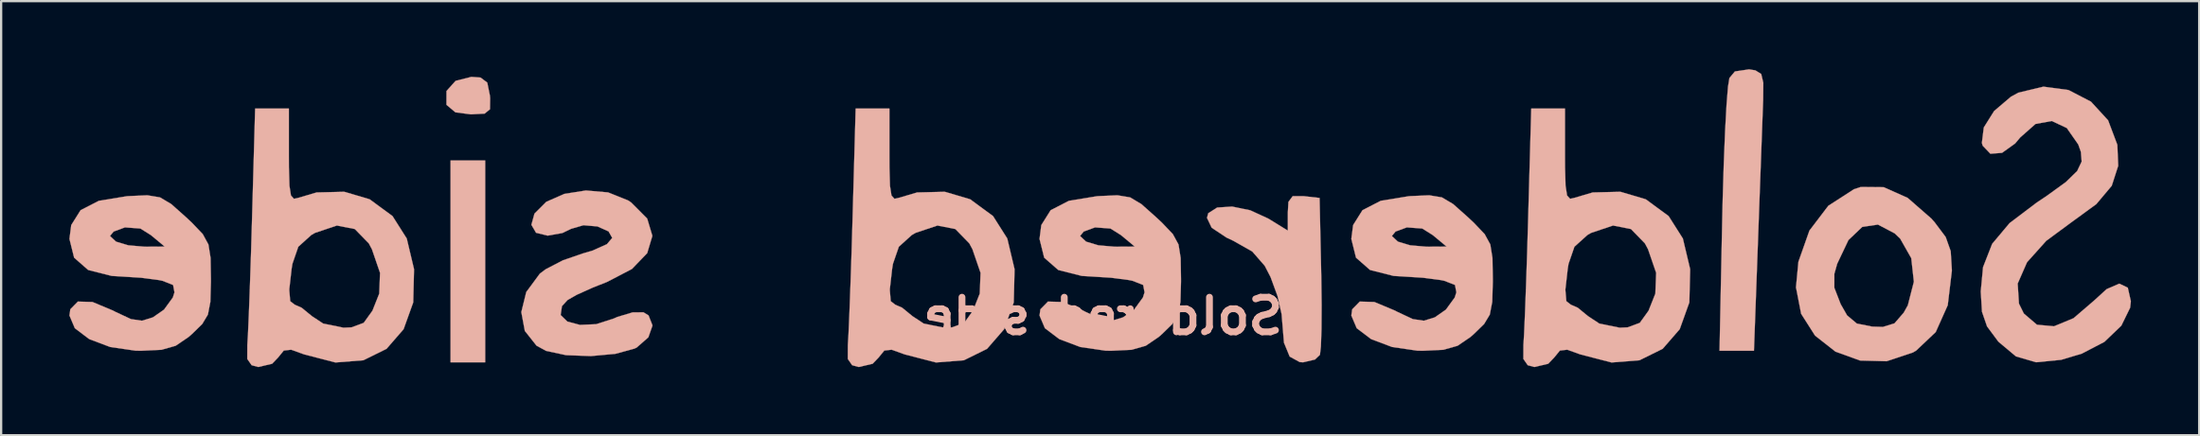
<source format=kicad_pcb>
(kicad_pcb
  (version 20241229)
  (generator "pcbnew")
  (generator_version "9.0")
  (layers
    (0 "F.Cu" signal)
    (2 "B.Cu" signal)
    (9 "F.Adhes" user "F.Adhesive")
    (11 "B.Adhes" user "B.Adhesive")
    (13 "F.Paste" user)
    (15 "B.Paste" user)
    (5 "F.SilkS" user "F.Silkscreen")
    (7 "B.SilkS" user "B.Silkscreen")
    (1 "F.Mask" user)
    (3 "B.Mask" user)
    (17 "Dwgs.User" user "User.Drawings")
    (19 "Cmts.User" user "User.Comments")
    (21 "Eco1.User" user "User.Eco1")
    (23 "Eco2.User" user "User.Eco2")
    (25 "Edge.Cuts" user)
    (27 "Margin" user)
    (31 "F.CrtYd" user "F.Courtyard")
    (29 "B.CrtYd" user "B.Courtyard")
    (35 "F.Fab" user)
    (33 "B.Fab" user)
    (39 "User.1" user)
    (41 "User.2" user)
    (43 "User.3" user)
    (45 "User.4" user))
  (footprint "Soldered side"
    (layer "F.Cu")
    (at 41.661 8.337)
    (property "Reference" "Soldered side" (at 3.81 2.54 180) (layer "B.SilkS") (effects (font (size 1.524 1.524) (thickness 0.3)) (justify mirror)))
    (attr through_hole)
    (fp_poly (pts (xy -24.892 4.572) (xy -23.368 4.572) (xy -23.368 -4.318) (xy -24.892 -4.318) (xy -24.892 4.572)) (stroke (width 0.01) (type solid)) (fill yes) (layer "B.SilkS"))
    (fp_poly (pts (xy -24.67 -7.826) (xy -25.071 -7.378) (xy -25.072 -6.779) (xy -25.067 -6.766) (xy -24.677 -6.438) (xy -23.995 -6.35) (xy -23.392 -6.383) (xy -23.158 -6.574) (xy -23.151 -7.061) (xy -23.161 -7.176) (xy -23.277 -7.749) (xy -23.573 -7.971) (xy -23.975 -8.001) (xy -24.67 -7.826)) (stroke (width 0.01) (type solid)) (fill yes) (layer "B.SilkS"))
    (fp_poly (pts (xy 31.604 -8.24) (xy 31.363 -7.951) (xy 31.301 -7.573) (xy 31.236 -6.765) (xy 31.173 -5.608) (xy 31.115 -4.18) (xy 31.066 -2.56) (xy 31.047 -1.714) (xy 30.928 4.064) (xy 32.442 4.064) (xy 32.621 -0.826) (xy 32.68 -2.448) (xy 32.737 -3.983) (xy 32.786 -5.326) (xy 32.824 -6.369) (xy 32.847 -6.985) (xy 32.854 -7.741) (xy 32.761 -8.129) (xy 32.504 -8.288) (xy 32.227 -8.332) (xy 31.604 -8.24)) (stroke (width 0.01) (type solid)) (fill yes) (layer "B.SilkS"))
    (fp_poly (pts (xy 12.152 -2.747) (xy 11.965 -2.495) (xy 11.938 -2.028) (xy 11.938 -1.229) (xy 11.083 -1.757) (xy 10.282 -2.125) (xy 9.487 -2.288) (xy 8.829 -2.245) (xy 8.437 -1.994) (xy 8.382 -1.79) (xy 8.589 -1.355) (xy 9.242 -0.921) (xy 9.533 -0.785) (xy 10.375 -0.308) (xy 10.923 0.322) (xy 11.178 0.815) (xy 11.486 1.655) (xy 11.665 2.451) (xy 11.682 2.667) (xy 11.769 3.709) (xy 12.02 4.32) (xy 12.463 4.562) (xy 12.611 4.572) (xy 13.132 4.45) (xy 13.351 4.241) (xy 13.393 3.873) (xy 13.419 3.105) (xy 13.425 2.044) (xy 13.41 0.798) (xy 13.406 0.622) (xy 13.335 -2.667) (xy 12.636 -2.747) (xy 12.152 -2.747)) (stroke (width 0.01) (type solid)) (fill yes) (layer "B.SilkS"))
    (fp_poly (pts (xy 36.845 -3.054) (xy 35.713 -2.323) (xy 34.882 -1.23) (xy 34.398 0.144) (xy 34.291 1.268) (xy 34.518 2.435) (xy 35.13 3.397) (xy 36.027 4.101) (xy 37.11 4.494) (xy 38.279 4.524) (xy 39.434 4.139) (xy 39.576 4.057) (xy 40.438 3.24) (xy 40.966 2.058) (xy 41.09 1.023) (xy 39.477 1.023) (xy 39.212 2.059) (xy 39.031 2.384) (xy 38.624 2.856) (xy 38.114 3.013) (xy 37.64 2.999) (xy 36.968 2.865) (xy 36.54 2.506) (xy 36.257 2.01) (xy 35.978 1.289) (xy 35.979 0.674) (xy 36.103 0.232) (xy 36.598 -0.812) (xy 37.206 -1.392) (xy 37.896 -1.495) (xy 38.633 -1.107) (xy 38.875 -0.875) (xy 39.362 -0.015) (xy 39.477 1.023) (xy 41.09 1.023) (xy 41.148 0.538) (xy 41.148 0.517) (xy 41.097 -0.325) (xy 40.876 -0.947) (xy 40.389 -1.598) (xy 40.242 -1.763) (xy 39.203 -2.671) (xy 38.15 -3.142) (xy 37.144 -3.151) (xy 36.845 -3.054)) (stroke (width 0.01) (type solid)) (fill yes) (layer "B.SilkS"))
    (fp_poly (pts (xy -19.884 -2.848) (xy -20.68 -2.498) (xy -21.201 -1.977) (xy -21.336 -1.485) (xy -21.131 -1.134) (xy -20.623 -1.008) (xy -19.973 -1.123) (xy -19.593 -1.307) (xy -19.046 -1.466) (xy -18.429 -1.413) (xy -17.942 -1.194) (xy -17.78 -0.908) (xy -18.015 -0.631) (xy -18.651 -0.347) (xy -19.07 -0.224) (xy -19.949 0.079) (xy -20.709 0.474) (xy -20.965 0.667) (xy -21.562 1.477) (xy -21.779 2.36) (xy -21.625 3.189) (xy -21.111 3.838) (xy -20.688 4.069) (xy -19.809 4.257) (xy -18.719 4.297) (xy -17.64 4.198) (xy -16.796 3.966) (xy -16.701 3.919) (xy -16.191 3.471) (xy -16.008 2.949) (xy -16.181 2.508) (xy -16.406 2.369) (xy -16.884 2.372) (xy -17.556 2.574) (xy -17.711 2.643) (xy -18.488 2.893) (xy -19.2 2.924) (xy -19.753 2.777) (xy -20.049 2.489) (xy -19.992 2.099) (xy -19.745 1.828) (xy -19.343 1.598) (xy -18.635 1.28) (xy -18.009 1.032) (xy -16.913 0.461) (xy -16.242 -0.236) (xy -16.014 -0.998) (xy -16.243 -1.762) (xy -16.946 -2.468) (xy -17.088 -2.562) (xy -17.963 -2.912) (xy -18.937 -2.997) (xy -19.884 -2.848)) (stroke (width 0.01) (type solid)) (fill yes) (layer "B.SilkS"))
    (fp_poly (pts (xy 44.075 -7.305) (xy 43.746 -7.127) (xy 43.005 -6.495) (xy 42.552 -5.771) (xy 42.468 -5.091) (xy 42.504 -4.969) (xy 42.843 -4.615) (xy 43.356 -4.655) (xy 43.93 -5.066) (xy 44.156 -5.334) (xy 44.827 -5.927) (xy 45.543 -6.057) (xy 46.203 -5.748) (xy 46.708 -5.024) (xy 46.823 -4.699) (xy 46.858 -4.271) (xy 46.659 -3.852) (xy 46.162 -3.368) (xy 45.303 -2.745) (xy 44.886 -2.468) (xy 43.687 -1.56) (xy 42.92 -0.645) (xy 42.52 0.381) (xy 42.419 1.452) (xy 42.473 2.345) (xy 42.695 2.99) (xy 43.175 3.638) (xy 43.206 3.674) (xy 43.967 4.312) (xy 44.852 4.57) (xy 45.954 4.462) (xy 46.863 4.19) (xy 47.857 3.672) (xy 48.602 2.959) (xy 48.99 2.166) (xy 49.022 1.883) (xy 48.887 1.285) (xy 48.514 1.107) (xy 47.955 1.349) (xy 47.4 1.856) (xy 46.499 2.63) (xy 45.641 2.985) (xy 44.891 2.917) (xy 44.314 2.424) (xy 44.099 1.987) (xy 44.043 1.103) (xy 44.454 0.164) (xy 45.301 -0.781) (xy 46.377 -1.575) (xy 47.502 -2.396) (xy 48.181 -3.204) (xy 48.465 -4.085) (xy 48.427 -5.008) (xy 48.021 -6.087) (xy 47.267 -6.909) (xy 46.28 -7.421) (xy 45.177 -7.57) (xy 44.075 -7.305)) (stroke (width 0.01) (type solid)) (fill yes) (layer "B.SilkS"))
    (fp_poly (pts (xy -33.622 -1.841) (xy -33.668 -0.272) (xy -33.717 1.179) (xy -33.763 2.412) (xy -33.803 3.329) (xy -33.832 3.81) (xy -33.834 4.424) (xy -33.642 4.7) (xy -33.35 4.779) (xy -32.74 4.635) (xy -32.482 4.365) (xy -32.228 4.054) (xy -31.903 4.017) (xy -31.335 4.222) (xy -29.956 4.579) (xy -28.727 4.482) (xy -27.708 3.978) (xy -26.957 3.113) (xy -26.534 1.933) (xy -26.502 0.631) (xy -27.994 0.631) (xy -28.029 1.546) (xy -28.328 2.299) (xy -28.713 2.834) (xy -29.249 3.032) (xy -29.598 3.048) (xy -30.495 2.865) (xy -30.988 2.54) (xy -31.443 2.167) (xy -31.75 2.032) (xy -31.945 1.878) (xy -31.988 1.374) (xy -31.884 0.457) (xy -31.848 0.234) (xy -31.589 -0.519) (xy -31.018 -1.035) (xy -30.851 -1.131) (xy -29.891 -1.453) (xy -29.103 -1.298) (xy -28.489 -0.667) (xy -28.351 -0.409) (xy -27.994 0.631) (xy -26.502 0.631) (xy -26.499 0.484) (xy -26.502 0.454) (xy -26.819 -0.882) (xy -27.444 -1.868) (xy -28.438 -2.6) (xy -28.466 -2.614) (xy -29.567 -2.94) (xy -30.785 -2.91) (xy -31.559 -2.681) (xy -31.779 -2.63) (xy -31.912 -2.775) (xy -31.979 -3.205) (xy -32.002 -4.01) (xy -32.004 -4.545) (xy -32.004 -6.604) (xy -33.488 -6.604) (xy -33.622 -1.841)) (stroke (width 0.01) (type solid)) (fill yes) (layer "B.SilkS"))
    (fp_poly (pts (xy -7.206 -1.841) (xy -7.252 -0.272) (xy -7.301 1.179) (xy -7.347 2.412) (xy -7.387 3.329) (xy -7.416 3.81) (xy -7.418 4.424) (xy -7.226 4.7) (xy -6.934 4.779) (xy -6.324 4.635) (xy -6.066 4.365) (xy -5.812 4.054) (xy -5.487 4.017) (xy -4.919 4.222) (xy -3.54 4.579) (xy -2.311 4.482) (xy -1.292 3.978) (xy -0.541 3.113) (xy -0.118 1.933) (xy -0.086 0.631) (xy -1.578 0.631) (xy -1.613 1.546) (xy -1.912 2.299) (xy -2.297 2.834) (xy -2.833 3.032) (xy -3.182 3.048) (xy -4.079 2.865) (xy -4.572 2.54) (xy -5.027 2.167) (xy -5.334 2.032) (xy -5.529 1.878) (xy -5.572 1.374) (xy -5.468 0.457) (xy -5.432 0.234) (xy -5.173 -0.519) (xy -4.602 -1.035) (xy -4.435 -1.131) (xy -3.475 -1.453) (xy -2.687 -1.298) (xy -2.073 -0.667) (xy -1.935 -0.409) (xy -1.578 0.631) (xy -0.086 0.631) (xy -0.083 0.484) (xy -0.086 0.454) (xy -0.403 -0.882) (xy -1.028 -1.868) (xy -2.022 -2.6) (xy -2.05 -2.614) (xy -3.151 -2.94) (xy -4.369 -2.91) (xy -5.144 -2.681) (xy -5.363 -2.63) (xy -5.496 -2.775) (xy -5.563 -3.205) (xy -5.586 -4.01) (xy -5.588 -4.545) (xy -5.588 -6.604) (xy -7.072 -6.604) (xy -7.206 -1.841)) (stroke (width 0.01) (type solid)) (fill yes) (layer "B.SilkS"))
    (fp_poly (pts (xy 22.512 -1.841) (xy 22.466 -0.272) (xy 22.417 1.179) (xy 22.371 2.412) (xy 22.331 3.329) (xy 22.302 3.81) (xy 22.3 4.424) (xy 22.492 4.7) (xy 22.784 4.779) (xy 23.394 4.635) (xy 23.652 4.365) (xy 23.906 4.054) (xy 24.231 4.017) (xy 24.799 4.222) (xy 26.178 4.579) (xy 27.407 4.482) (xy 28.426 3.978) (xy 29.177 3.113) (xy 29.6 1.933) (xy 29.632 0.631) (xy 28.14 0.631) (xy 28.105 1.546) (xy 27.806 2.299) (xy 27.421 2.834) (xy 26.885 3.032) (xy 26.536 3.048) (xy 25.639 2.865) (xy 25.146 2.54) (xy 24.691 2.167) (xy 24.384 2.032) (xy 24.189 1.878) (xy 24.146 1.374) (xy 24.25 0.457) (xy 24.286 0.234) (xy 24.545 -0.519) (xy 25.116 -1.035) (xy 25.283 -1.131) (xy 26.243 -1.453) (xy 27.031 -1.298) (xy 27.645 -0.667) (xy 27.783 -0.409) (xy 28.14 0.631) (xy 29.632 0.631) (xy 29.635 0.484) (xy 29.632 0.454) (xy 29.315 -0.882) (xy 28.69 -1.868) (xy 27.696 -2.6) (xy 27.668 -2.614) (xy 26.567 -2.94) (xy 25.349 -2.91) (xy 24.575 -2.681) (xy 24.355 -2.63) (xy 24.222 -2.775) (xy 24.155 -3.205) (xy 24.132 -4.01) (xy 24.13 -4.545) (xy 24.13 -6.604) (xy 22.646 -6.604) (xy 22.512 -1.841)) (stroke (width 0.01) (type solid)) (fill yes) (layer "B.SilkS"))
    (fp_poly (pts (xy -39.061 -2.749) (xy -39.128 -2.744) (xy -40.363 -2.542) (xy -41.166 -2.129) (xy -41.578 -1.473) (xy -41.656 -0.864) (xy -41.451 -0.037) (xy -40.833 0.505) (xy -39.795 0.767) (xy -39.377 0.792) (xy -38.502 0.847) (xy -37.729 0.948) (xy -37.56 0.983) (xy -37.097 1.165) (xy -37.036 1.489) (xy -37.108 1.717) (xy -37.496 2.251) (xy -37.983 2.591) (xy -38.464 2.74) (xy -38.95 2.669) (xy -39.638 2.347) (xy -39.735 2.295) (xy -40.643 1.915) (xy -41.285 1.897) (xy -41.618 2.236) (xy -41.656 2.511) (xy -41.42 3.07) (xy -40.786 3.55) (xy -39.862 3.898) (xy -38.756 4.059) (xy -38.519 4.064) (xy -37.609 4.021) (xy -36.983 3.843) (xy -36.418 3.459) (xy -36.263 3.323) (xy -35.815 2.885) (xy -35.566 2.471) (xy -35.458 1.91) (xy -35.433 1.033) (xy -35.433 0.892) (xy -35.448 -0.025) (xy -35.528 -0.525) (xy -37.465 -0.525) (xy -38.354 -0.52) (xy -39.068 -0.582) (xy -39.594 -0.739) (xy -39.617 -0.752) (xy -39.873 -0.992) (xy -39.712 -1.188) (xy -39.215 -1.371) (xy -38.536 -1.321) (xy -38.072 -1.03) (xy -37.465 -0.525) (xy -35.528 -0.525) (xy -35.543 -0.619) (xy -35.792 -1.076) (xy -36.272 -1.58) (xy -36.534 -1.825) (xy -37.178 -2.399) (xy -37.672 -2.693) (xy -38.228 -2.785) (xy -39.061 -2.749)) (stroke (width 0.01) (type solid)) (fill yes) (layer "B.SilkS"))
    (fp_poly (pts (xy 3.611 -2.749) (xy 3.544 -2.744) (xy 2.309 -2.542) (xy 1.506 -2.129) (xy 1.094 -1.473) (xy 1.016 -0.864) (xy 1.221 -0.037) (xy 1.839 0.505) (xy 2.877 0.767) (xy 3.295 0.792) (xy 4.17 0.847) (xy 4.943 0.948) (xy 5.112 0.983) (xy 5.575 1.165) (xy 5.636 1.489) (xy 5.564 1.717) (xy 5.176 2.251) (xy 4.689 2.591) (xy 4.208 2.74) (xy 3.722 2.669) (xy 3.034 2.347) (xy 2.937 2.295) (xy 2.029 1.915) (xy 1.387 1.897) (xy 1.054 2.236) (xy 1.016 2.511) (xy 1.252 3.07) (xy 1.886 3.55) (xy 2.81 3.898) (xy 3.916 4.059) (xy 4.153 4.064) (xy 5.063 4.021) (xy 5.689 3.843) (xy 6.254 3.459) (xy 6.409 3.323) (xy 6.857 2.885) (xy 7.106 2.471) (xy 7.214 1.91) (xy 7.239 1.033) (xy 7.239 0.892) (xy 7.224 -0.025) (xy 7.144 -0.525) (xy 5.207 -0.525) (xy 4.318 -0.52) (xy 3.604 -0.582) (xy 3.078 -0.739) (xy 3.055 -0.752) (xy 2.799 -0.992) (xy 2.96 -1.188) (xy 3.457 -1.371) (xy 4.136 -1.321) (xy 4.6 -1.03) (xy 5.207 -0.525) (xy 7.144 -0.525) (xy 7.129 -0.619) (xy 6.88 -1.076) (xy 6.4 -1.58) (xy 6.138 -1.825) (xy 5.494 -2.399) (xy 5 -2.693) (xy 4.444 -2.785) (xy 3.611 -2.749)) (stroke (width 0.01) (type solid)) (fill yes) (layer "B.SilkS"))
    (fp_poly (pts (xy 17.327 -2.749) (xy 17.26 -2.744) (xy 16.025 -2.542) (xy 15.222 -2.129) (xy 14.81 -1.473) (xy 14.732 -0.864) (xy 14.937 -0.037) (xy 15.555 0.505) (xy 16.593 0.767) (xy 17.011 0.792) (xy 17.886 0.847) (xy 18.659 0.948) (xy 18.828 0.983) (xy 19.291 1.165) (xy 19.352 1.489) (xy 19.28 1.717) (xy 18.892 2.251) (xy 18.405 2.591) (xy 17.924 2.74) (xy 17.438 2.669) (xy 16.75 2.347) (xy 16.653 2.295) (xy 15.745 1.915) (xy 15.103 1.897) (xy 14.77 2.236) (xy 14.732 2.511) (xy 14.968 3.07) (xy 15.602 3.55) (xy 16.526 3.898) (xy 17.632 4.059) (xy 17.869 4.064) (xy 18.779 4.021) (xy 19.405 3.843) (xy 19.97 3.459) (xy 20.125 3.323) (xy 20.573 2.885) (xy 20.822 2.471) (xy 20.93 1.91) (xy 20.955 1.033) (xy 20.955 0.892) (xy 20.94 -0.025) (xy 20.86 -0.525) (xy 18.923 -0.525) (xy 18.034 -0.52) (xy 17.32 -0.582) (xy 16.794 -0.739) (xy 16.771 -0.752) (xy 16.515 -0.992) (xy 16.676 -1.188) (xy 17.173 -1.371) (xy 17.852 -1.321) (xy 18.316 -1.03) (xy 18.923 -0.525) (xy 20.86 -0.525) (xy 20.845 -0.619) (xy 20.596 -1.076) (xy 20.116 -1.58) (xy 19.854 -1.825) (xy 19.21 -2.399) (xy 18.716 -2.693) (xy 18.16 -2.785) (xy 17.327 -2.749)) (stroke (width 0.01) (type solid)) (fill yes) (layer "B.SilkS")))
  (gr_rect
    (start -3 -3)
    (end 93.688 16.121)
    (stroke (width 0.1) (type default))
    (fill no)
    (layer "Edge.Cuts")))
</source>
